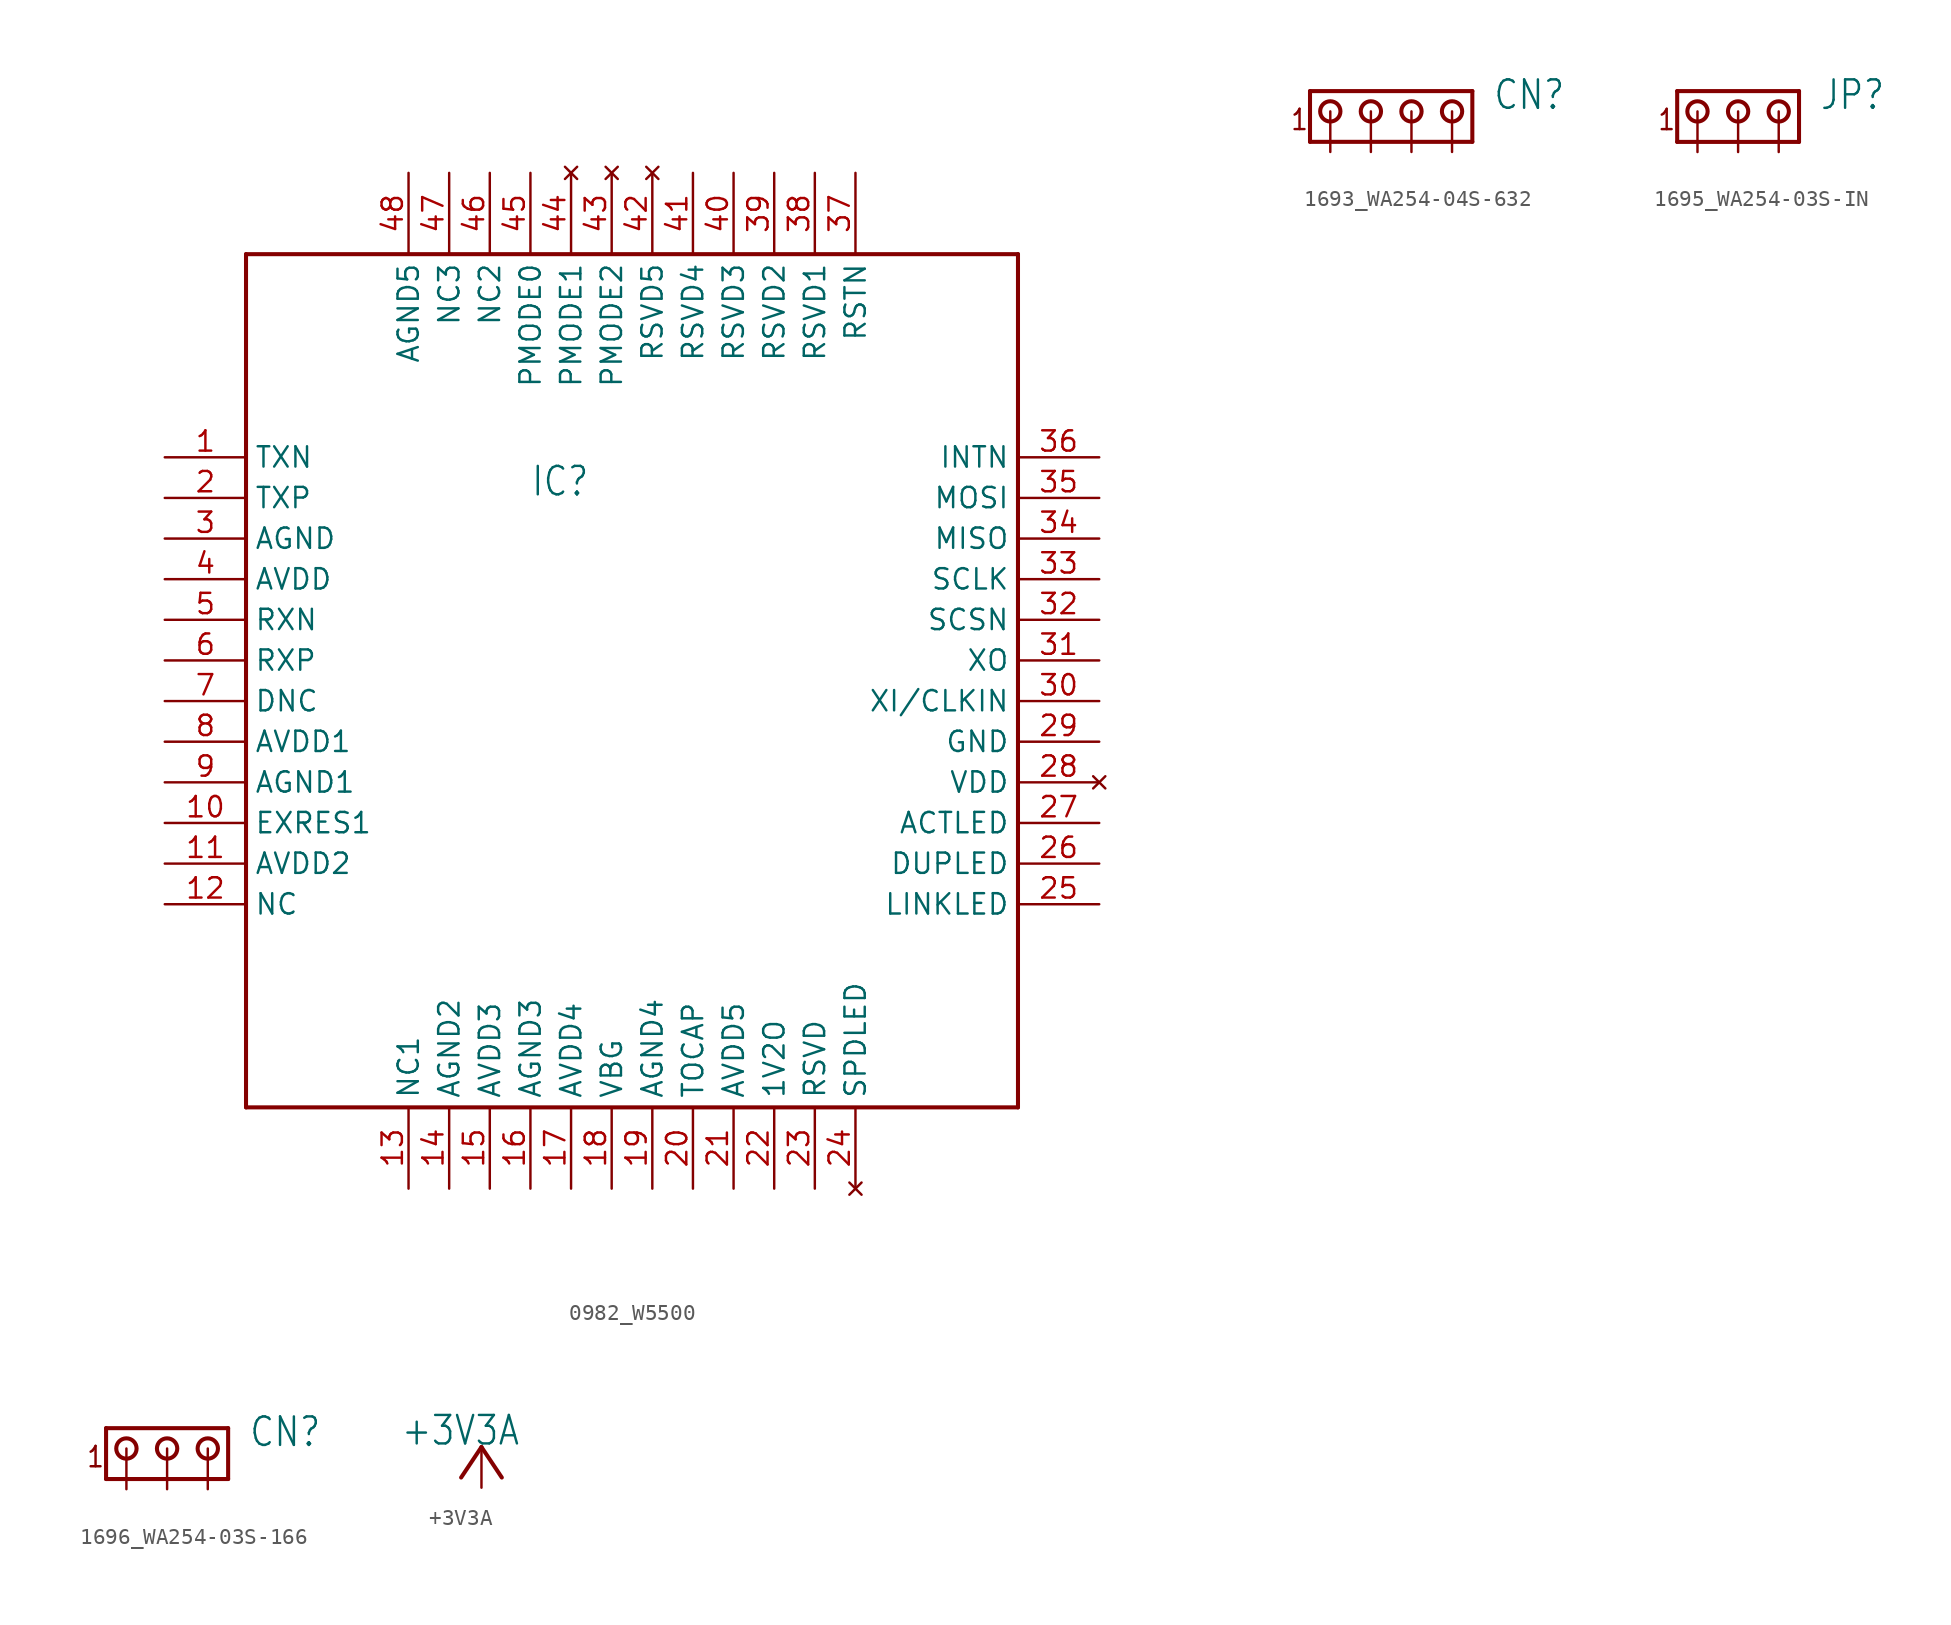
<source format=kicad_sym>
(kicad_symbol_lib
  (version 20220914)
  (generator kicad_symbol_editor)
  (symbol "0982_W5500"
    (property "Reference" "IC"
      (at -7.62 10.16 0)
      (effects (font (size 1.778 1.511)) (justify left bottom)))
    (property "Value" ""
      (at -7.62 2.54 0)
      (effects (font (size 1.778 1.511)) (justify left bottom)))
    (property "ki_locked" ""
      (at 0 0 0)
      (effects (font (size 1.27 1.27))))
    (symbol "0982_W5500_1_0"
      (polyline (pts (xy -25.4 -27.94) (xy -25.4 25.4)) (stroke (width 0.254) (type solid)) (fill (type none)))
      (polyline (pts (xy -25.4 25.4) (xy 22.86 25.4)) (stroke (width 0.254) (type solid)) (fill (type none)))
      (polyline (pts (xy 22.86 -27.94) (xy -25.4 -27.94)) (stroke (width 0.254) (type solid)) (fill (type none)))
      (polyline (pts (xy 22.86 25.4) (xy 22.86 -27.94)) (stroke (width 0.254) (type solid)) (fill (type none)))
      (pin input line (at -30.48 12.7 0) (length 5.08) (name "TXN" (effects (font (size 1.27 1.27)))) (number "1" (effects (font (size 1.27 1.27)))))
      (pin input line (at -30.48 -10.16 0) (length 5.08) (name "EXRES1" (effects (font (size 1.27 1.27)))) (number "10" (effects (font (size 1.27 1.27)))))
      (pin input line (at -30.48 -12.7 0) (length 5.08) (name "AVDD2" (effects (font (size 1.27 1.27)))) (number "11" (effects (font (size 1.27 1.27)))))
      (pin power_in line (at -30.48 -15.24 0) (length 5.08) (name "NC" (effects (font (size 1.27 1.27)))) (number "12" (effects (font (size 1.27 1.27)))))
      (pin input line (at -15.24 -33.02 90) (length 5.08) (name "NC1" (effects (font (size 1.27 1.27)))) (number "13" (effects (font (size 1.27 1.27)))))
      (pin input line (at -12.7 -33.02 90) (length 5.08) (name "AGND2" (effects (font (size 1.27 1.27)))) (number "14" (effects (font (size 1.27 1.27)))))
      (pin output line (at -10.16 -33.02 90) (length 5.08) (name "AVDD3" (effects (font (size 1.27 1.27)))) (number "15" (effects (font (size 1.27 1.27)))))
      (pin output line (at -7.62 -33.02 90) (length 5.08) (name "AGND3" (effects (font (size 1.27 1.27)))) (number "16" (effects (font (size 1.27 1.27)))))
      (pin output line (at -5.08 -33.02 90) (length 5.08) (name "AVDD4" (effects (font (size 1.27 1.27)))) (number "17" (effects (font (size 1.27 1.27)))))
      (pin input line (at -2.54 -33.02 90) (length 5.08) (name "VBG" (effects (font (size 1.27 1.27)))) (number "18" (effects (font (size 1.27 1.27)))))
      (pin input line (at 0 -33.02 90) (length 5.08) (name "AGND4" (effects (font (size 1.27 1.27)))) (number "19" (effects (font (size 1.27 1.27)))))
      (pin input line (at -30.48 10.16 0) (length 5.08) (name "TXP" (effects (font (size 1.27 1.27)))) (number "2" (effects (font (size 1.27 1.27)))))
      (pin power_in line (at 2.54 -33.02 90) (length 5.08) (name "TOCAP" (effects (font (size 1.27 1.27)))) (number "20" (effects (font (size 1.27 1.27)))))
      (pin power_in line (at 5.08 -33.02 90) (length 5.08) (name "AVDD5" (effects (font (size 1.27 1.27)))) (number "21" (effects (font (size 1.27 1.27)))))
      (pin power_in line (at 7.62 -33.02 90) (length 5.08) (name "1V2O" (effects (font (size 1.27 1.27)))) (number "22" (effects (font (size 1.27 1.27)))))
      (pin power_in line (at 10.16 -33.02 90) (length 5.08) (name "RSVD" (effects (font (size 1.27 1.27)))) (number "23" (effects (font (size 1.27 1.27)))))
      (pin no_connect line (at 12.7 -33.02 90) (length 5.08) (name "SPDLED" (effects (font (size 1.27 1.27)))) (number "24" (effects (font (size 1.27 1.27)))))
      (pin power_in line (at 27.94 -15.24 180) (length 5.08) (name "LINKLED" (effects (font (size 1.27 1.27)))) (number "25" (effects (font (size 1.27 1.27)))))
      (pin power_in line (at 27.94 -12.7 180) (length 5.08) (name "DUPLED" (effects (font (size 1.27 1.27)))) (number "26" (effects (font (size 1.27 1.27)))))
      (pin power_in line (at 27.94 -10.16 180) (length 5.08) (name "ACTLED" (effects (font (size 1.27 1.27)))) (number "27" (effects (font (size 1.27 1.27)))))
      (pin no_connect line (at 27.94 -7.62 180) (length 5.08) (name "VDD" (effects (font (size 1.27 1.27)))) (number "28" (effects (font (size 1.27 1.27)))))
      (pin output line (at 27.94 -5.08 180) (length 5.08) (name "GND" (effects (font (size 1.27 1.27)))) (number "29" (effects (font (size 1.27 1.27)))))
      (pin input line (at -30.48 7.62 0) (length 5.08) (name "AGND" (effects (font (size 1.27 1.27)))) (number "3" (effects (font (size 1.27 1.27)))))
      (pin output line (at 27.94 -2.54 180) (length 5.08) (name "XI/CLKIN" (effects (font (size 1.27 1.27)))) (number "30" (effects (font (size 1.27 1.27)))))
      (pin power_in line (at 27.94 0 180) (length 5.08) (name "XO" (effects (font (size 1.27 1.27)))) (number "31" (effects (font (size 1.27 1.27)))))
      (pin input line (at 27.94 2.54 180) (length 5.08) (name "SCSN" (effects (font (size 1.27 1.27)))) (number "32" (effects (font (size 1.27 1.27)))))
      (pin input line (at 27.94 5.08 180) (length 5.08) (name "SCLK" (effects (font (size 1.27 1.27)))) (number "33" (effects (font (size 1.27 1.27)))))
      (pin power_in line (at 27.94 7.62 180) (length 5.08) (name "MISO" (effects (font (size 1.27 1.27)))) (number "34" (effects (font (size 1.27 1.27)))))
      (pin power_in line (at 27.94 10.16 180) (length 5.08) (name "MOSI" (effects (font (size 1.27 1.27)))) (number "35" (effects (font (size 1.27 1.27)))))
      (pin input line (at 27.94 12.7 180) (length 5.08) (name "INTN" (effects (font (size 1.27 1.27)))) (number "36" (effects (font (size 1.27 1.27)))))
      (pin power_in line (at 12.7 30.48 270) (length 5.08) (name "RSTN" (effects (font (size 1.27 1.27)))) (number "37" (effects (font (size 1.27 1.27)))))
      (pin power_in line (at 10.16 30.48 270) (length 5.08) (name "RSVD1" (effects (font (size 1.27 1.27)))) (number "38" (effects (font (size 1.27 1.27)))))
      (pin power_in line (at 7.62 30.48 270) (length 5.08) (name "RSVD2" (effects (font (size 1.27 1.27)))) (number "39" (effects (font (size 1.27 1.27)))))
      (pin input line (at -30.48 5.08 0) (length 5.08) (name "AVDD" (effects (font (size 1.27 1.27)))) (number "4" (effects (font (size 1.27 1.27)))))
      (pin power_in line (at 5.08 30.48 270) (length 5.08) (name "RSVD3" (effects (font (size 1.27 1.27)))) (number "40" (effects (font (size 1.27 1.27)))))
      (pin input line (at 2.54 30.48 270) (length 5.08) (name "RSVD4" (effects (font (size 1.27 1.27)))) (number "41" (effects (font (size 1.27 1.27)))))
      (pin no_connect line (at 0 30.48 270) (length 5.08) (name "RSVD5" (effects (font (size 1.27 1.27)))) (number "42" (effects (font (size 1.27 1.27)))))
      (pin no_connect line (at -2.54 30.48 270) (length 5.08) (name "PMODE2" (effects (font (size 1.27 1.27)))) (number "43" (effects (font (size 1.27 1.27)))))
      (pin no_connect line (at -5.08 30.48 270) (length 5.08) (name "PMODE1" (effects (font (size 1.27 1.27)))) (number "44" (effects (font (size 1.27 1.27)))))
      (pin input line (at -7.62 30.48 270) (length 5.08) (name "PMODE0" (effects (font (size 1.27 1.27)))) (number "45" (effects (font (size 1.27 1.27)))))
      (pin input line (at -10.16 30.48 270) (length 5.08) (name "NC2" (effects (font (size 1.27 1.27)))) (number "46" (effects (font (size 1.27 1.27)))))
      (pin input line (at -12.7 30.48 270) (length 5.08) (name "NC3" (effects (font (size 1.27 1.27)))) (number "47" (effects (font (size 1.27 1.27)))))
      (pin input line (at -15.24 30.48 270) (length 5.08) (name "AGND5" (effects (font (size 1.27 1.27)))) (number "48" (effects (font (size 1.27 1.27)))))
      (pin input line (at -30.48 2.54 0) (length 5.08) (name "RXN" (effects (font (size 1.27 1.27)))) (number "5" (effects (font (size 1.27 1.27)))))
      (pin input line (at -30.48 0 0) (length 5.08) (name "RXP" (effects (font (size 1.27 1.27)))) (number "6" (effects (font (size 1.27 1.27)))))
      (pin output line (at -30.48 -2.54 0) (length 5.08) (name "DNC" (effects (font (size 1.27 1.27)))) (number "7" (effects (font (size 1.27 1.27)))))
      (pin input line (at -30.48 -5.08 0) (length 5.08) (name "AVDD1" (effects (font (size 1.27 1.27)))) (number "8" (effects (font (size 1.27 1.27)))))
      (pin input line (at -30.48 -7.62 0) (length 5.08) (name "AGND1" (effects (font (size 1.27 1.27)))) (number "9" (effects (font (size 1.27 1.27)))))))
  (symbol "1693_WA254-04S-632"
    (property "Reference" "CN"
      (at 7.62 0 0)
      (effects (font (size 1.778 1.511)) (justify left bottom)))
    (property "Value" ""
      (at 7.62 -3.81 0)
      (effects (font (size 1.778 1.511)) (justify left bottom)))
    (property "ki_locked" ""
      (at 0 0 0)
      (effects (font (size 1.27 1.27))))
    (symbol "1693_WA254-04S-632_1_0"
      (circle (center -2.54 0) (radius 0.635) (stroke (width 0.254) (type solid)) (fill (type none)))
      (polyline (pts (xy -3.81 1.27) (xy -3.81 -1.905)) (stroke (width 0.254) (type solid)) (fill (type none)))
      (polyline (pts (xy -3.81 1.27) (xy 6.35 1.27)) (stroke (width 0.254) (type solid)) (fill (type none)))
      (polyline (pts (xy 6.35 -1.905) (xy -3.81 -1.905)) (stroke (width 0.254) (type solid)) (fill (type none)))
      (polyline (pts (xy 6.35 -1.905) (xy 6.35 1.27)) (stroke (width 0.254) (type solid)) (fill (type none)))
      (circle (center 0 0) (radius 0.635) (stroke (width 0.254) (type solid)) (fill (type none)))
      (circle (center 2.54 0) (radius 0.635) (stroke (width 0.254) (type solid)) (fill (type none)))
      (circle (center 5.08 0) (radius 0.635) (stroke (width 0.254) (type solid)) (fill (type none)))
      (text "1" (at -5.08 -1.27 0) (effects (font (size 1.27 1.079)) (justify left bottom)))
      (pin passive line (at -2.54 -2.54 90) (length 2.54) (name "1" (effects (font (size 0 0)))) (number "1" (effects (font (size 0 0)))))
      (pin passive line (at 0 -2.54 90) (length 2.54) (name "2" (effects (font (size 0 0)))) (number "2" (effects (font (size 0 0)))))
      (pin passive line (at 2.54 -2.54 90) (length 2.54) (name "3" (effects (font (size 0 0)))) (number "3" (effects (font (size 0 0)))))
      (pin passive line (at 5.08 -2.54 90) (length 2.54) (name "4" (effects (font (size 0 0)))) (number "4" (effects (font (size 0 0)))))))
  (symbol "1695_WA254-03S-IN"
    (property "Reference" "JP"
      (at 5.08 0 0)
      (effects (font (size 1.778 1.511)) (justify left bottom)))
    (property "Value" ""
      (at 5.08 -3.81 0)
      (effects (font (size 1.778 1.511)) (justify left bottom)))
    (property "ki_locked" ""
      (at 0 0 0)
      (effects (font (size 1.27 1.27))))
    (symbol "1695_WA254-03S-IN_1_0"
      (circle (center -2.54 0) (radius 0.635) (stroke (width 0.254) (type solid)) (fill (type none)))
      (polyline (pts (xy -3.81 1.27) (xy -3.81 -1.905)) (stroke (width 0.254) (type solid)) (fill (type none)))
      (polyline (pts (xy -3.81 1.27) (xy 3.81 1.27)) (stroke (width 0.254) (type solid)) (fill (type none)))
      (polyline (pts (xy 3.81 -1.905) (xy -3.81 -1.905)) (stroke (width 0.254) (type solid)) (fill (type none)))
      (polyline (pts (xy 3.81 -1.905) (xy 3.81 1.27)) (stroke (width 0.254) (type solid)) (fill (type none)))
      (circle (center 0 0) (radius 0.635) (stroke (width 0.254) (type solid)) (fill (type none)))
      (circle (center 2.54 0) (radius 0.635) (stroke (width 0.254) (type solid)) (fill (type none)))
      (text "1" (at -5.08 -1.27 0) (effects (font (size 1.27 1.079)) (justify left bottom)))
      (pin passive line (at -2.54 -2.54 90) (length 2.54) (name "1" (effects (font (size 0 0)))) (number "1" (effects (font (size 0 0)))))
      (pin passive line (at 0 -2.54 90) (length 2.54) (name "2" (effects (font (size 0 0)))) (number "2" (effects (font (size 0 0)))))
      (pin passive line (at 2.54 -2.54 90) (length 2.54) (name "3" (effects (font (size 0 0)))) (number "3" (effects (font (size 0 0)))))))
  (symbol "1696_WA254-03S-166"
    (property "Reference" "CN"
      (at 5.08 0 0)
      (effects (font (size 1.778 1.511)) (justify left bottom)))
    (property "Value" ""
      (at 5.08 -3.81 0)
      (effects (font (size 1.778 1.511)) (justify left bottom)))
    (property "ki_locked" ""
      (at 0 0 0)
      (effects (font (size 1.27 1.27))))
    (symbol "1696_WA254-03S-166_1_0"
      (circle (center -2.54 0) (radius 0.635) (stroke (width 0.254) (type solid)) (fill (type none)))
      (polyline (pts (xy -3.81 1.27) (xy -3.81 -1.905)) (stroke (width 0.254) (type solid)) (fill (type none)))
      (polyline (pts (xy -3.81 1.27) (xy 3.81 1.27)) (stroke (width 0.254) (type solid)) (fill (type none)))
      (polyline (pts (xy 3.81 -1.905) (xy -3.81 -1.905)) (stroke (width 0.254) (type solid)) (fill (type none)))
      (polyline (pts (xy 3.81 -1.905) (xy 3.81 1.27)) (stroke (width 0.254) (type solid)) (fill (type none)))
      (circle (center 0 0) (radius 0.635) (stroke (width 0.254) (type solid)) (fill (type none)))
      (circle (center 2.54 0) (radius 0.635) (stroke (width 0.254) (type solid)) (fill (type none)))
      (text "1" (at -5.08 -1.27 0) (effects (font (size 1.27 1.079)) (justify left bottom)))
      (pin passive line (at -2.54 -2.54 90) (length 2.54) (name "1" (effects (font (size 0 0)))) (number "1" (effects (font (size 0 0)))))
      (pin passive line (at 0 -2.54 90) (length 2.54) (name "2" (effects (font (size 0 0)))) (number "2" (effects (font (size 0 0)))))
      (pin passive line (at 2.54 -2.54 90) (length 2.54) (name "3" (effects (font (size 0 0)))) (number "3" (effects (font (size 0 0)))))))
  (symbol "+3V3A"
    (power)
    (property "Reference" "#+3V3A"
      (at 0 0 0)
      (effects (font (size 1.27 1.27)) hide))
    (property "Value" "+3V3A"
      (at -5.08 2.54 0)
      (effects (font (size 1.778 1.511)) (justify left bottom)))
    (property "ki_locked" ""
      (at 0 0 0)
      (effects (font (size 1.27 1.27))))
    (symbol "+3V3A_1_0"
      (polyline (pts (xy 0 2.54) (xy -1.27 0.635)) (stroke (width 0.254) (type solid)) (fill (type none)))
      (polyline (pts (xy 1.27 0.635) (xy 0 2.54)) (stroke (width 0.254) (type solid)) (fill (type none)))
      (pin power_in line (at 0 0 90) (length 2.54) (name "+3V3A" (effects (font (size 0 0)))) (number "1" (effects (font (size 0 0))))))))
</source>
